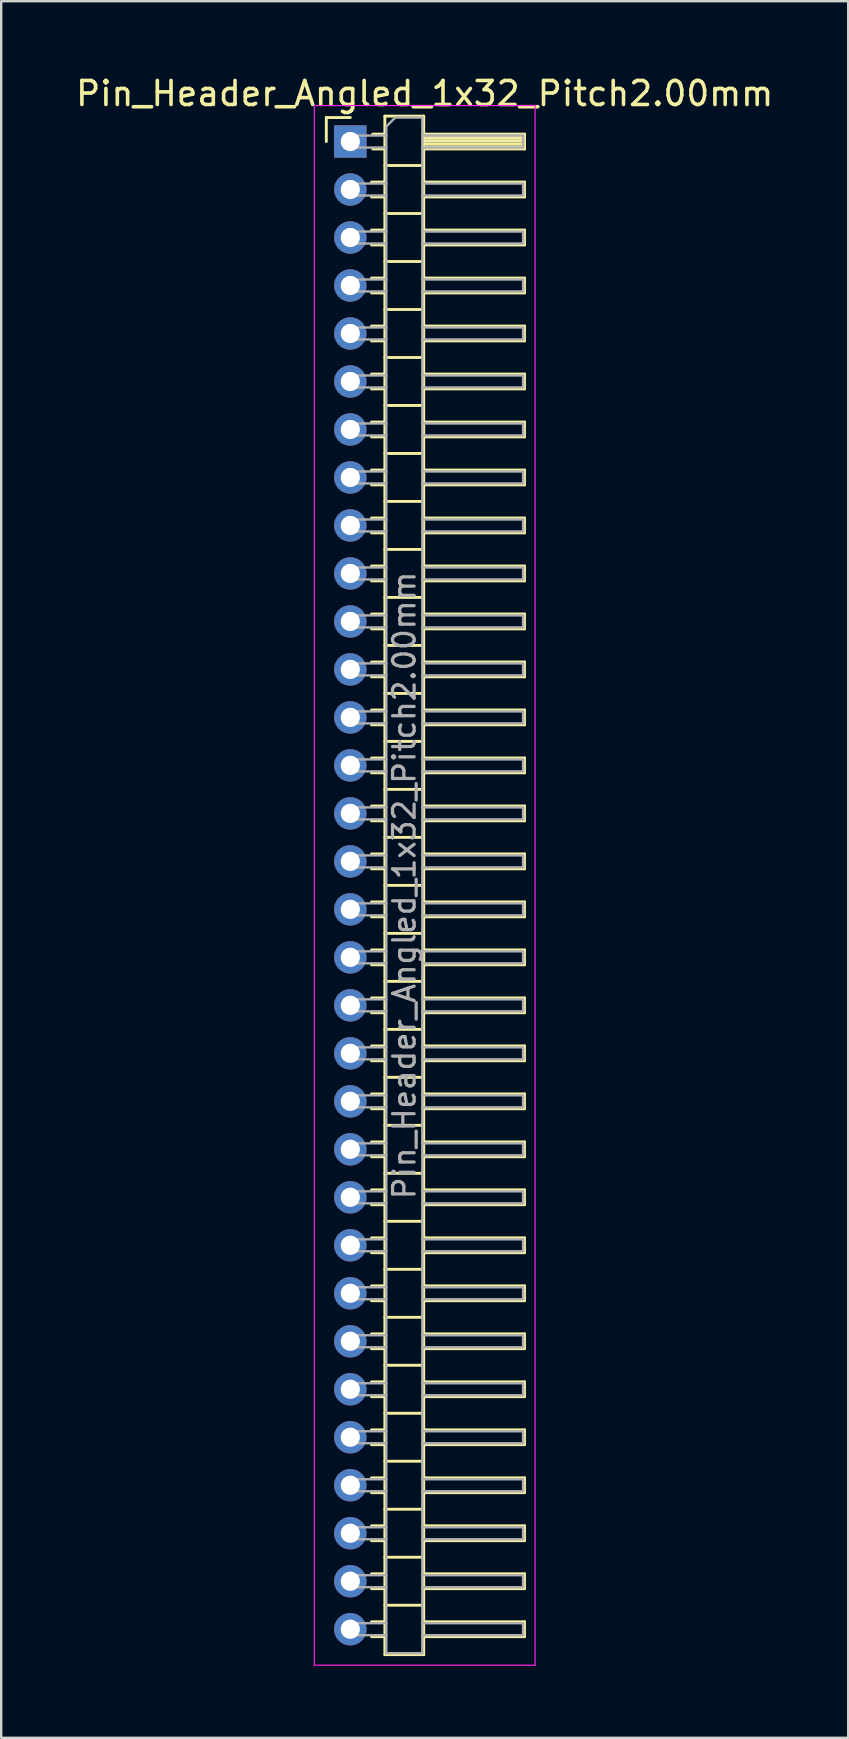
<source format=kicad_pcb>
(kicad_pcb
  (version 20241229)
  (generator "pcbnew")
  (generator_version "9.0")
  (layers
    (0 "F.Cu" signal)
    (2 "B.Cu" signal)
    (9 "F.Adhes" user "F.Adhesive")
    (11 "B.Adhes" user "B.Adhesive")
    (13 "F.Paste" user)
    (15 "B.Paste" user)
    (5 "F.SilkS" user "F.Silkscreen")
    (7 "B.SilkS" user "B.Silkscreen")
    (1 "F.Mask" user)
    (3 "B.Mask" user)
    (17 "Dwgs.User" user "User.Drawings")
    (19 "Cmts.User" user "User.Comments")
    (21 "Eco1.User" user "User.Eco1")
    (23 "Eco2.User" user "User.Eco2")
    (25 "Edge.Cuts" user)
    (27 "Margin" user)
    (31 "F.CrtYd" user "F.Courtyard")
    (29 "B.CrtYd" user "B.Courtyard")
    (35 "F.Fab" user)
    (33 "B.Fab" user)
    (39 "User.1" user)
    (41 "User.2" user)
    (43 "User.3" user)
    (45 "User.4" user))
  (footprint "Pin_Header_Angled_1x32_Pitch2.00mm"
    (layer "F.Cu")
    (at 11.549 2.848)
    (property "Reference" "Pin_Header_Angled_1x32_Pitch2.00mm" (at 3.1 -2 0) (layer "F.SilkS") (effects (font (size 1 1) (thickness 0.15))))
    (attr through_hole)
    (fp_line (start -1 -1) (end 0 -1) (stroke (width 0.12) (type solid)) (layer "F.SilkS"))
    (fp_line (start -1 0) (end -1 -1) (stroke (width 0.12) (type solid)) (layer "F.SilkS"))
    (fp_line (start 0.882 1.69) (end 1.44 1.69) (stroke (width 0.12) (type solid)) (layer "F.SilkS"))
    (fp_line (start 0.882 2.31) (end 1.44 2.31) (stroke (width 0.12) (type solid)) (layer "F.SilkS"))
    (fp_line (start 0.882 3.69) (end 1.44 3.69) (stroke (width 0.12) (type solid)) (layer "F.SilkS"))
    (fp_line (start 0.882 4.31) (end 1.44 4.31) (stroke (width 0.12) (type solid)) (layer "F.SilkS"))
    (fp_line (start 0.882 5.69) (end 1.44 5.69) (stroke (width 0.12) (type solid)) (layer "F.SilkS"))
    (fp_line (start 0.882 6.31) (end 1.44 6.31) (stroke (width 0.12) (type solid)) (layer "F.SilkS"))
    (fp_line (start 0.882 7.69) (end 1.44 7.69) (stroke (width 0.12) (type solid)) (layer "F.SilkS"))
    (fp_line (start 0.882 8.31) (end 1.44 8.31) (stroke (width 0.12) (type solid)) (layer "F.SilkS"))
    (fp_line (start 0.882 9.69) (end 1.44 9.69) (stroke (width 0.12) (type solid)) (layer "F.SilkS"))
    (fp_line (start 0.882 10.31) (end 1.44 10.31) (stroke (width 0.12) (type solid)) (layer "F.SilkS"))
    (fp_line (start 0.882 11.69) (end 1.44 11.69) (stroke (width 0.12) (type solid)) (layer "F.SilkS"))
    (fp_line (start 0.882 12.31) (end 1.44 12.31) (stroke (width 0.12) (type solid)) (layer "F.SilkS"))
    (fp_line (start 0.882 13.69) (end 1.44 13.69) (stroke (width 0.12) (type solid)) (layer "F.SilkS"))
    (fp_line (start 0.882 14.31) (end 1.44 14.31) (stroke (width 0.12) (type solid)) (layer "F.SilkS"))
    (fp_line (start 0.882 15.69) (end 1.44 15.69) (stroke (width 0.12) (type solid)) (layer "F.SilkS"))
    (fp_line (start 0.882 16.31) (end 1.44 16.31) (stroke (width 0.12) (type solid)) (layer "F.SilkS"))
    (fp_line (start 0.882 17.69) (end 1.44 17.69) (stroke (width 0.12) (type solid)) (layer "F.SilkS"))
    (fp_line (start 0.882 18.31) (end 1.44 18.31) (stroke (width 0.12) (type solid)) (layer "F.SilkS"))
    (fp_line (start 0.882 19.69) (end 1.44 19.69) (stroke (width 0.12) (type solid)) (layer "F.SilkS"))
    (fp_line (start 0.882 20.31) (end 1.44 20.31) (stroke (width 0.12) (type solid)) (layer "F.SilkS"))
    (fp_line (start 0.882 21.69) (end 1.44 21.69) (stroke (width 0.12) (type solid)) (layer "F.SilkS"))
    (fp_line (start 0.882 22.31) (end 1.44 22.31) (stroke (width 0.12) (type solid)) (layer "F.SilkS"))
    (fp_line (start 0.882 23.69) (end 1.44 23.69) (stroke (width 0.12) (type solid)) (layer "F.SilkS"))
    (fp_line (start 0.882 24.31) (end 1.44 24.31) (stroke (width 0.12) (type solid)) (layer "F.SilkS"))
    (fp_line (start 0.882 25.69) (end 1.44 25.69) (stroke (width 0.12) (type solid)) (layer "F.SilkS"))
    (fp_line (start 0.882 26.31) (end 1.44 26.31) (stroke (width 0.12) (type solid)) (layer "F.SilkS"))
    (fp_line (start 0.882 27.69) (end 1.44 27.69) (stroke (width 0.12) (type solid)) (layer "F.SilkS"))
    (fp_line (start 0.882 28.31) (end 1.44 28.31) (stroke (width 0.12) (type solid)) (layer "F.SilkS"))
    (fp_line (start 0.882 29.69) (end 1.44 29.69) (stroke (width 0.12) (type solid)) (layer "F.SilkS"))
    (fp_line (start 0.882 30.31) (end 1.44 30.31) (stroke (width 0.12) (type solid)) (layer "F.SilkS"))
    (fp_line (start 0.882 31.69) (end 1.44 31.69) (stroke (width 0.12) (type solid)) (layer "F.SilkS"))
    (fp_line (start 0.882 32.31) (end 1.44 32.31) (stroke (width 0.12) (type solid)) (layer "F.SilkS"))
    (fp_line (start 0.882 33.69) (end 1.44 33.69) (stroke (width 0.12) (type solid)) (layer "F.SilkS"))
    (fp_line (start 0.882 34.31) (end 1.44 34.31) (stroke (width 0.12) (type solid)) (layer "F.SilkS"))
    (fp_line (start 0.882 35.69) (end 1.44 35.69) (stroke (width 0.12) (type solid)) (layer "F.SilkS"))
    (fp_line (start 0.882 36.31) (end 1.44 36.31) (stroke (width 0.12) (type solid)) (layer "F.SilkS"))
    (fp_line (start 0.882 37.69) (end 1.44 37.69) (stroke (width 0.12) (type solid)) (layer "F.SilkS"))
    (fp_line (start 0.882 38.31) (end 1.44 38.31) (stroke (width 0.12) (type solid)) (layer "F.SilkS"))
    (fp_line (start 0.882 39.69) (end 1.44 39.69) (stroke (width 0.12) (type solid)) (layer "F.SilkS"))
    (fp_line (start 0.882 40.31) (end 1.44 40.31) (stroke (width 0.12) (type solid)) (layer "F.SilkS"))
    (fp_line (start 0.882 41.69) (end 1.44 41.69) (stroke (width 0.12) (type solid)) (layer "F.SilkS"))
    (fp_line (start 0.882 42.31) (end 1.44 42.31) (stroke (width 0.12) (type solid)) (layer "F.SilkS"))
    (fp_line (start 0.882 43.69) (end 1.44 43.69) (stroke (width 0.12) (type solid)) (layer "F.SilkS"))
    (fp_line (start 0.882 44.31) (end 1.44 44.31) (stroke (width 0.12) (type solid)) (layer "F.SilkS"))
    (fp_line (start 0.882 45.69) (end 1.44 45.69) (stroke (width 0.12) (type solid)) (layer "F.SilkS"))
    (fp_line (start 0.882 46.31) (end 1.44 46.31) (stroke (width 0.12) (type solid)) (layer "F.SilkS"))
    (fp_line (start 0.882 47.69) (end 1.44 47.69) (stroke (width 0.12) (type solid)) (layer "F.SilkS"))
    (fp_line (start 0.882 48.31) (end 1.44 48.31) (stroke (width 0.12) (type solid)) (layer "F.SilkS"))
    (fp_line (start 0.882 49.69) (end 1.44 49.69) (stroke (width 0.12) (type solid)) (layer "F.SilkS"))
    (fp_line (start 0.882 50.31) (end 1.44 50.31) (stroke (width 0.12) (type solid)) (layer "F.SilkS"))
    (fp_line (start 0.882 51.69) (end 1.44 51.69) (stroke (width 0.12) (type solid)) (layer "F.SilkS"))
    (fp_line (start 0.882 52.31) (end 1.44 52.31) (stroke (width 0.12) (type solid)) (layer "F.SilkS"))
    (fp_line (start 0.882 53.69) (end 1.44 53.69) (stroke (width 0.12) (type solid)) (layer "F.SilkS"))
    (fp_line (start 0.882 54.31) (end 1.44 54.31) (stroke (width 0.12) (type solid)) (layer "F.SilkS"))
    (fp_line (start 0.882 55.69) (end 1.44 55.69) (stroke (width 0.12) (type solid)) (layer "F.SilkS"))
    (fp_line (start 0.882 56.31) (end 1.44 56.31) (stroke (width 0.12) (type solid)) (layer "F.SilkS"))
    (fp_line (start 0.882 57.69) (end 1.44 57.69) (stroke (width 0.12) (type solid)) (layer "F.SilkS"))
    (fp_line (start 0.882 58.31) (end 1.44 58.31) (stroke (width 0.12) (type solid)) (layer "F.SilkS"))
    (fp_line (start 0.882 59.69) (end 1.44 59.69) (stroke (width 0.12) (type solid)) (layer "F.SilkS"))
    (fp_line (start 0.882 60.31) (end 1.44 60.31) (stroke (width 0.12) (type solid)) (layer "F.SilkS"))
    (fp_line (start 0.882 61.69) (end 1.44 61.69) (stroke (width 0.12) (type solid)) (layer "F.SilkS"))
    (fp_line (start 0.882 62.31) (end 1.44 62.31) (stroke (width 0.12) (type solid)) (layer "F.SilkS"))
    (fp_line (start 0.935 -0.31) (end 1.44 -0.31) (stroke (width 0.12) (type solid)) (layer "F.SilkS"))
    (fp_line (start 0.935 0.31) (end 1.44 0.31) (stroke (width 0.12) (type solid)) (layer "F.SilkS"))
    (fp_line (start 1.44 -1.06) (end 1.44 63.06) (stroke (width 0.12) (type solid)) (layer "F.SilkS"))
    (fp_line (start 1.44 1) (end 3.06 1) (stroke (width 0.12) (type solid)) (layer "F.SilkS"))
    (fp_line (start 1.44 3) (end 3.06 3) (stroke (width 0.12) (type solid)) (layer "F.SilkS"))
    (fp_line (start 1.44 5) (end 3.06 5) (stroke (width 0.12) (type solid)) (layer "F.SilkS"))
    (fp_line (start 1.44 7) (end 3.06 7) (stroke (width 0.12) (type solid)) (layer "F.SilkS"))
    (fp_line (start 1.44 9) (end 3.06 9) (stroke (width 0.12) (type solid)) (layer "F.SilkS"))
    (fp_line (start 1.44 11) (end 3.06 11) (stroke (width 0.12) (type solid)) (layer "F.SilkS"))
    (fp_line (start 1.44 13) (end 3.06 13) (stroke (width 0.12) (type solid)) (layer "F.SilkS"))
    (fp_line (start 1.44 15) (end 3.06 15) (stroke (width 0.12) (type solid)) (layer "F.SilkS"))
    (fp_line (start 1.44 17) (end 3.06 17) (stroke (width 0.12) (type solid)) (layer "F.SilkS"))
    (fp_line (start 1.44 19) (end 3.06 19) (stroke (width 0.12) (type solid)) (layer "F.SilkS"))
    (fp_line (start 1.44 21) (end 3.06 21) (stroke (width 0.12) (type solid)) (layer "F.SilkS"))
    (fp_line (start 1.44 23) (end 3.06 23) (stroke (width 0.12) (type solid)) (layer "F.SilkS"))
    (fp_line (start 1.44 25) (end 3.06 25) (stroke (width 0.12) (type solid)) (layer "F.SilkS"))
    (fp_line (start 1.44 27) (end 3.06 27) (stroke (width 0.12) (type solid)) (layer "F.SilkS"))
    (fp_line (start 1.44 29) (end 3.06 29) (stroke (width 0.12) (type solid)) (layer "F.SilkS"))
    (fp_line (start 1.44 31) (end 3.06 31) (stroke (width 0.12) (type solid)) (layer "F.SilkS"))
    (fp_line (start 1.44 33) (end 3.06 33) (stroke (width 0.12) (type solid)) (layer "F.SilkS"))
    (fp_line (start 1.44 35) (end 3.06 35) (stroke (width 0.12) (type solid)) (layer "F.SilkS"))
    (fp_line (start 1.44 37) (end 3.06 37) (stroke (width 0.12) (type solid)) (layer "F.SilkS"))
    (fp_line (start 1.44 39) (end 3.06 39) (stroke (width 0.12) (type solid)) (layer "F.SilkS"))
    (fp_line (start 1.44 41) (end 3.06 41) (stroke (width 0.12) (type solid)) (layer "F.SilkS"))
    (fp_line (start 1.44 43) (end 3.06 43) (stroke (width 0.12) (type solid)) (layer "F.SilkS"))
    (fp_line (start 1.44 45) (end 3.06 45) (stroke (width 0.12) (type solid)) (layer "F.SilkS"))
    (fp_line (start 1.44 47) (end 3.06 47) (stroke (width 0.12) (type solid)) (layer "F.SilkS"))
    (fp_line (start 1.44 49) (end 3.06 49) (stroke (width 0.12) (type solid)) (layer "F.SilkS"))
    (fp_line (start 1.44 51) (end 3.06 51) (stroke (width 0.12) (type solid)) (layer "F.SilkS"))
    (fp_line (start 1.44 53) (end 3.06 53) (stroke (width 0.12) (type solid)) (layer "F.SilkS"))
    (fp_line (start 1.44 55) (end 3.06 55) (stroke (width 0.12) (type solid)) (layer "F.SilkS"))
    (fp_line (start 1.44 57) (end 3.06 57) (stroke (width 0.12) (type solid)) (layer "F.SilkS"))
    (fp_line (start 1.44 59) (end 3.06 59) (stroke (width 0.12) (type solid)) (layer "F.SilkS"))
    (fp_line (start 1.44 61) (end 3.06 61) (stroke (width 0.12) (type solid)) (layer "F.SilkS"))
    (fp_line (start 1.44 63.06) (end 3.06 63.06) (stroke (width 0.12) (type solid)) (layer "F.SilkS"))
    (fp_line (start 3.06 -1.06) (end 1.44 -1.06) (stroke (width 0.12) (type solid)) (layer "F.SilkS"))
    (fp_line (start 3.06 -0.31) (end 7.26 -0.31) (stroke (width 0.12) (type solid)) (layer "F.SilkS"))
    (fp_line (start 3.06 -0.25) (end 7.26 -0.25) (stroke (width 0.12) (type solid)) (layer "F.SilkS"))
    (fp_line (start 3.06 -0.13) (end 7.26 -0.13) (stroke (width 0.12) (type solid)) (layer "F.SilkS"))
    (fp_line (start 3.06 -0.01) (end 7.26 -0.01) (stroke (width 0.12) (type solid)) (layer "F.SilkS"))
    (fp_line (start 3.06 0.11) (end 7.26 0.11) (stroke (width 0.12) (type solid)) (layer "F.SilkS"))
    (fp_line (start 3.06 0.23) (end 7.26 0.23) (stroke (width 0.12) (type solid)) (layer "F.SilkS"))
    (fp_line (start 3.06 1.69) (end 7.26 1.69) (stroke (width 0.12) (type solid)) (layer "F.SilkS"))
    (fp_line (start 3.06 3.69) (end 7.26 3.69) (stroke (width 0.12) (type solid)) (layer "F.SilkS"))
    (fp_line (start 3.06 5.69) (end 7.26 5.69) (stroke (width 0.12) (type solid)) (layer "F.SilkS"))
    (fp_line (start 3.06 7.69) (end 7.26 7.69) (stroke (width 0.12) (type solid)) (layer "F.SilkS"))
    (fp_line (start 3.06 9.69) (end 7.26 9.69) (stroke (width 0.12) (type solid)) (layer "F.SilkS"))
    (fp_line (start 3.06 11.69) (end 7.26 11.69) (stroke (width 0.12) (type solid)) (layer "F.SilkS"))
    (fp_line (start 3.06 13.69) (end 7.26 13.69) (stroke (width 0.12) (type solid)) (layer "F.SilkS"))
    (fp_line (start 3.06 15.69) (end 7.26 15.69) (stroke (width 0.12) (type solid)) (layer "F.SilkS"))
    (fp_line (start 3.06 17.69) (end 7.26 17.69) (stroke (width 0.12) (type solid)) (layer "F.SilkS"))
    (fp_line (start 3.06 19.69) (end 7.26 19.69) (stroke (width 0.12) (type solid)) (layer "F.SilkS"))
    (fp_line (start 3.06 21.69) (end 7.26 21.69) (stroke (width 0.12) (type solid)) (layer "F.SilkS"))
    (fp_line (start 3.06 23.69) (end 7.26 23.69) (stroke (width 0.12) (type solid)) (layer "F.SilkS"))
    (fp_line (start 3.06 25.69) (end 7.26 25.69) (stroke (width 0.12) (type solid)) (layer "F.SilkS"))
    (fp_line (start 3.06 27.69) (end 7.26 27.69) (stroke (width 0.12) (type solid)) (layer "F.SilkS"))
    (fp_line (start 3.06 29.69) (end 7.26 29.69) (stroke (width 0.12) (type solid)) (layer "F.SilkS"))
    (fp_line (start 3.06 31.69) (end 7.26 31.69) (stroke (width 0.12) (type solid)) (layer "F.SilkS"))
    (fp_line (start 3.06 33.69) (end 7.26 33.69) (stroke (width 0.12) (type solid)) (layer "F.SilkS"))
    (fp_line (start 3.06 35.69) (end 7.26 35.69) (stroke (width 0.12) (type solid)) (layer "F.SilkS"))
    (fp_line (start 3.06 37.69) (end 7.26 37.69) (stroke (width 0.12) (type solid)) (layer "F.SilkS"))
    (fp_line (start 3.06 39.69) (end 7.26 39.69) (stroke (width 0.12) (type solid)) (layer "F.SilkS"))
    (fp_line (start 3.06 41.69) (end 7.26 41.69) (stroke (width 0.12) (type solid)) (layer "F.SilkS"))
    (fp_line (start 3.06 43.69) (end 7.26 43.69) (stroke (width 0.12) (type solid)) (layer "F.SilkS"))
    (fp_line (start 3.06 45.69) (end 7.26 45.69) (stroke (width 0.12) (type solid)) (layer "F.SilkS"))
    (fp_line (start 3.06 47.69) (end 7.26 47.69) (stroke (width 0.12) (type solid)) (layer "F.SilkS"))
    (fp_line (start 3.06 49.69) (end 7.26 49.69) (stroke (width 0.12) (type solid)) (layer "F.SilkS"))
    (fp_line (start 3.06 51.69) (end 7.26 51.69) (stroke (width 0.12) (type solid)) (layer "F.SilkS"))
    (fp_line (start 3.06 53.69) (end 7.26 53.69) (stroke (width 0.12) (type solid)) (layer "F.SilkS"))
    (fp_line (start 3.06 55.69) (end 7.26 55.69) (stroke (width 0.12) (type solid)) (layer "F.SilkS"))
    (fp_line (start 3.06 57.69) (end 7.26 57.69) (stroke (width 0.12) (type solid)) (layer "F.SilkS"))
    (fp_line (start 3.06 59.69) (end 7.26 59.69) (stroke (width 0.12) (type solid)) (layer "F.SilkS"))
    (fp_line (start 3.06 61.69) (end 7.26 61.69) (stroke (width 0.12) (type solid)) (layer "F.SilkS"))
    (fp_line (start 3.06 63.06) (end 3.06 -1.06) (stroke (width 0.12) (type solid)) (layer "F.SilkS"))
    (fp_line (start 7.26 -0.31) (end 7.26 0.31) (stroke (width 0.12) (type solid)) (layer "F.SilkS"))
    (fp_line (start 7.26 0.31) (end 3.06 0.31) (stroke (width 0.12) (type solid)) (layer "F.SilkS"))
    (fp_line (start 7.26 1.69) (end 7.26 2.31) (stroke (width 0.12) (type solid)) (layer "F.SilkS"))
    (fp_line (start 7.26 2.31) (end 3.06 2.31) (stroke (width 0.12) (type solid)) (layer "F.SilkS"))
    (fp_line (start 7.26 3.69) (end 7.26 4.31) (stroke (width 0.12) (type solid)) (layer "F.SilkS"))
    (fp_line (start 7.26 4.31) (end 3.06 4.31) (stroke (width 0.12) (type solid)) (layer "F.SilkS"))
    (fp_line (start 7.26 5.69) (end 7.26 6.31) (stroke (width 0.12) (type solid)) (layer "F.SilkS"))
    (fp_line (start 7.26 6.31) (end 3.06 6.31) (stroke (width 0.12) (type solid)) (layer "F.SilkS"))
    (fp_line (start 7.26 7.69) (end 7.26 8.31) (stroke (width 0.12) (type solid)) (layer "F.SilkS"))
    (fp_line (start 7.26 8.31) (end 3.06 8.31) (stroke (width 0.12) (type solid)) (layer "F.SilkS"))
    (fp_line (start 7.26 9.69) (end 7.26 10.31) (stroke (width 0.12) (type solid)) (layer "F.SilkS"))
    (fp_line (start 7.26 10.31) (end 3.06 10.31) (stroke (width 0.12) (type solid)) (layer "F.SilkS"))
    (fp_line (start 7.26 11.69) (end 7.26 12.31) (stroke (width 0.12) (type solid)) (layer "F.SilkS"))
    (fp_line (start 7.26 12.31) (end 3.06 12.31) (stroke (width 0.12) (type solid)) (layer "F.SilkS"))
    (fp_line (start 7.26 13.69) (end 7.26 14.31) (stroke (width 0.12) (type solid)) (layer "F.SilkS"))
    (fp_line (start 7.26 14.31) (end 3.06 14.31) (stroke (width 0.12) (type solid)) (layer "F.SilkS"))
    (fp_line (start 7.26 15.69) (end 7.26 16.31) (stroke (width 0.12) (type solid)) (layer "F.SilkS"))
    (fp_line (start 7.26 16.31) (end 3.06 16.31) (stroke (width 0.12) (type solid)) (layer "F.SilkS"))
    (fp_line (start 7.26 17.69) (end 7.26 18.31) (stroke (width 0.12) (type solid)) (layer "F.SilkS"))
    (fp_line (start 7.26 18.31) (end 3.06 18.31) (stroke (width 0.12) (type solid)) (layer "F.SilkS"))
    (fp_line (start 7.26 19.69) (end 7.26 20.31) (stroke (width 0.12) (type solid)) (layer "F.SilkS"))
    (fp_line (start 7.26 20.31) (end 3.06 20.31) (stroke (width 0.12) (type solid)) (layer "F.SilkS"))
    (fp_line (start 7.26 21.69) (end 7.26 22.31) (stroke (width 0.12) (type solid)) (layer "F.SilkS"))
    (fp_line (start 7.26 22.31) (end 3.06 22.31) (stroke (width 0.12) (type solid)) (layer "F.SilkS"))
    (fp_line (start 7.26 23.69) (end 7.26 24.31) (stroke (width 0.12) (type solid)) (layer "F.SilkS"))
    (fp_line (start 7.26 24.31) (end 3.06 24.31) (stroke (width 0.12) (type solid)) (layer "F.SilkS"))
    (fp_line (start 7.26 25.69) (end 7.26 26.31) (stroke (width 0.12) (type solid)) (layer "F.SilkS"))
    (fp_line (start 7.26 26.31) (end 3.06 26.31) (stroke (width 0.12) (type solid)) (layer "F.SilkS"))
    (fp_line (start 7.26 27.69) (end 7.26 28.31) (stroke (width 0.12) (type solid)) (layer "F.SilkS"))
    (fp_line (start 7.26 28.31) (end 3.06 28.31) (stroke (width 0.12) (type solid)) (layer "F.SilkS"))
    (fp_line (start 7.26 29.69) (end 7.26 30.31) (stroke (width 0.12) (type solid)) (layer "F.SilkS"))
    (fp_line (start 7.26 30.31) (end 3.06 30.31) (stroke (width 0.12) (type solid)) (layer "F.SilkS"))
    (fp_line (start 7.26 31.69) (end 7.26 32.31) (stroke (width 0.12) (type solid)) (layer "F.SilkS"))
    (fp_line (start 7.26 32.31) (end 3.06 32.31) (stroke (width 0.12) (type solid)) (layer "F.SilkS"))
    (fp_line (start 7.26 33.69) (end 7.26 34.31) (stroke (width 0.12) (type solid)) (layer "F.SilkS"))
    (fp_line (start 7.26 34.31) (end 3.06 34.31) (stroke (width 0.12) (type solid)) (layer "F.SilkS"))
    (fp_line (start 7.26 35.69) (end 7.26 36.31) (stroke (width 0.12) (type solid)) (layer "F.SilkS"))
    (fp_line (start 7.26 36.31) (end 3.06 36.31) (stroke (width 0.12) (type solid)) (layer "F.SilkS"))
    (fp_line (start 7.26 37.69) (end 7.26 38.31) (stroke (width 0.12) (type solid)) (layer "F.SilkS"))
    (fp_line (start 7.26 38.31) (end 3.06 38.31) (stroke (width 0.12) (type solid)) (layer "F.SilkS"))
    (fp_line (start 7.26 39.69) (end 7.26 40.31) (stroke (width 0.12) (type solid)) (layer "F.SilkS"))
    (fp_line (start 7.26 40.31) (end 3.06 40.31) (stroke (width 0.12) (type solid)) (layer "F.SilkS"))
    (fp_line (start 7.26 41.69) (end 7.26 42.31) (stroke (width 0.12) (type solid)) (layer "F.SilkS"))
    (fp_line (start 7.26 42.31) (end 3.06 42.31) (stroke (width 0.12) (type solid)) (layer "F.SilkS"))
    (fp_line (start 7.26 43.69) (end 7.26 44.31) (stroke (width 0.12) (type solid)) (layer "F.SilkS"))
    (fp_line (start 7.26 44.31) (end 3.06 44.31) (stroke (width 0.12) (type solid)) (layer "F.SilkS"))
    (fp_line (start 7.26 45.69) (end 7.26 46.31) (stroke (width 0.12) (type solid)) (layer "F.SilkS"))
    (fp_line (start 7.26 46.31) (end 3.06 46.31) (stroke (width 0.12) (type solid)) (layer "F.SilkS"))
    (fp_line (start 7.26 47.69) (end 7.26 48.31) (stroke (width 0.12) (type solid)) (layer "F.SilkS"))
    (fp_line (start 7.26 48.31) (end 3.06 48.31) (stroke (width 0.12) (type solid)) (layer "F.SilkS"))
    (fp_line (start 7.26 49.69) (end 7.26 50.31) (stroke (width 0.12) (type solid)) (layer "F.SilkS"))
    (fp_line (start 7.26 50.31) (end 3.06 50.31) (stroke (width 0.12) (type solid)) (layer "F.SilkS"))
    (fp_line (start 7.26 51.69) (end 7.26 52.31) (stroke (width 0.12) (type solid)) (layer "F.SilkS"))
    (fp_line (start 7.26 52.31) (end 3.06 52.31) (stroke (width 0.12) (type solid)) (layer "F.SilkS"))
    (fp_line (start 7.26 53.69) (end 7.26 54.31) (stroke (width 0.12) (type solid)) (layer "F.SilkS"))
    (fp_line (start 7.26 54.31) (end 3.06 54.31) (stroke (width 0.12) (type solid)) (layer "F.SilkS"))
    (fp_line (start 7.26 55.69) (end 7.26 56.31) (stroke (width 0.12) (type solid)) (layer "F.SilkS"))
    (fp_line (start 7.26 56.31) (end 3.06 56.31) (stroke (width 0.12) (type solid)) (layer "F.SilkS"))
    (fp_line (start 7.26 57.69) (end 7.26 58.31) (stroke (width 0.12) (type solid)) (layer "F.SilkS"))
    (fp_line (start 7.26 58.31) (end 3.06 58.31) (stroke (width 0.12) (type solid)) (layer "F.SilkS"))
    (fp_line (start 7.26 59.69) (end 7.26 60.31) (stroke (width 0.12) (type solid)) (layer "F.SilkS"))
    (fp_line (start 7.26 60.31) (end 3.06 60.31) (stroke (width 0.12) (type solid)) (layer "F.SilkS"))
    (fp_line (start 7.26 61.69) (end 7.26 62.31) (stroke (width 0.12) (type solid)) (layer "F.SilkS"))
    (fp_line (start 7.26 62.31) (end 3.06 62.31) (stroke (width 0.12) (type solid)) (layer "F.SilkS"))
    (fp_line (start -1.5 -1.5) (end -1.5 63.5) (stroke (width 0.05) (type solid)) (layer "F.CrtYd"))
    (fp_line (start -1.5 63.5) (end 7.7 63.5) (stroke (width 0.05) (type solid)) (layer "F.CrtYd"))
    (fp_line (start 7.7 -1.5) (end -1.5 -1.5) (stroke (width 0.05) (type solid)) (layer "F.CrtYd"))
    (fp_line (start 7.7 63.5) (end 7.7 -1.5) (stroke (width 0.05) (type solid)) (layer "F.CrtYd"))
    (fp_line (start -0.25 -0.25) (end -0.25 0.25) (stroke (width 0.1) (type solid)) (layer "F.Fab"))
    (fp_line (start -0.25 -0.25) (end 1.5 -0.25) (stroke (width 0.1) (type solid)) (layer "F.Fab"))
    (fp_line (start -0.25 0.25) (end 1.5 0.25) (stroke (width 0.1) (type solid)) (layer "F.Fab"))
    (fp_line (start -0.25 1.75) (end -0.25 2.25) (stroke (width 0.1) (type solid)) (layer "F.Fab"))
    (fp_line (start -0.25 1.75) (end 1.5 1.75) (stroke (width 0.1) (type solid)) (layer "F.Fab"))
    (fp_line (start -0.25 2.25) (end 1.5 2.25) (stroke (width 0.1) (type solid)) (layer "F.Fab"))
    (fp_line (start -0.25 3.75) (end -0.25 4.25) (stroke (width 0.1) (type solid)) (layer "F.Fab"))
    (fp_line (start -0.25 3.75) (end 1.5 3.75) (stroke (width 0.1) (type solid)) (layer "F.Fab"))
    (fp_line (start -0.25 4.25) (end 1.5 4.25) (stroke (width 0.1) (type solid)) (layer "F.Fab"))
    (fp_line (start -0.25 5.75) (end -0.25 6.25) (stroke (width 0.1) (type solid)) (layer "F.Fab"))
    (fp_line (start -0.25 5.75) (end 1.5 5.75) (stroke (width 0.1) (type solid)) (layer "F.Fab"))
    (fp_line (start -0.25 6.25) (end 1.5 6.25) (stroke (width 0.1) (type solid)) (layer "F.Fab"))
    (fp_line (start -0.25 7.75) (end -0.25 8.25) (stroke (width 0.1) (type solid)) (layer "F.Fab"))
    (fp_line (start -0.25 7.75) (end 1.5 7.75) (stroke (width 0.1) (type solid)) (layer "F.Fab"))
    (fp_line (start -0.25 8.25) (end 1.5 8.25) (stroke (width 0.1) (type solid)) (layer "F.Fab"))
    (fp_line (start -0.25 9.75) (end -0.25 10.25) (stroke (width 0.1) (type solid)) (layer "F.Fab"))
    (fp_line (start -0.25 9.75) (end 1.5 9.75) (stroke (width 0.1) (type solid)) (layer "F.Fab"))
    (fp_line (start -0.25 10.25) (end 1.5 10.25) (stroke (width 0.1) (type solid)) (layer "F.Fab"))
    (fp_line (start -0.25 11.75) (end -0.25 12.25) (stroke (width 0.1) (type solid)) (layer "F.Fab"))
    (fp_line (start -0.25 11.75) (end 1.5 11.75) (stroke (width 0.1) (type solid)) (layer "F.Fab"))
    (fp_line (start -0.25 12.25) (end 1.5 12.25) (stroke (width 0.1) (type solid)) (layer "F.Fab"))
    (fp_line (start -0.25 13.75) (end -0.25 14.25) (stroke (width 0.1) (type solid)) (layer "F.Fab"))
    (fp_line (start -0.25 13.75) (end 1.5 13.75) (stroke (width 0.1) (type solid)) (layer "F.Fab"))
    (fp_line (start -0.25 14.25) (end 1.5 14.25) (stroke (width 0.1) (type solid)) (layer "F.Fab"))
    (fp_line (start -0.25 15.75) (end -0.25 16.25) (stroke (width 0.1) (type solid)) (layer "F.Fab"))
    (fp_line (start -0.25 15.75) (end 1.5 15.75) (stroke (width 0.1) (type solid)) (layer "F.Fab"))
    (fp_line (start -0.25 16.25) (end 1.5 16.25) (stroke (width 0.1) (type solid)) (layer "F.Fab"))
    (fp_line (start -0.25 17.75) (end -0.25 18.25) (stroke (width 0.1) (type solid)) (layer "F.Fab"))
    (fp_line (start -0.25 17.75) (end 1.5 17.75) (stroke (width 0.1) (type solid)) (layer "F.Fab"))
    (fp_line (start -0.25 18.25) (end 1.5 18.25) (stroke (width 0.1) (type solid)) (layer "F.Fab"))
    (fp_line (start -0.25 19.75) (end -0.25 20.25) (stroke (width 0.1) (type solid)) (layer "F.Fab"))
    (fp_line (start -0.25 19.75) (end 1.5 19.75) (stroke (width 0.1) (type solid)) (layer "F.Fab"))
    (fp_line (start -0.25 20.25) (end 1.5 20.25) (stroke (width 0.1) (type solid)) (layer "F.Fab"))
    (fp_line (start -0.25 21.75) (end -0.25 22.25) (stroke (width 0.1) (type solid)) (layer "F.Fab"))
    (fp_line (start -0.25 21.75) (end 1.5 21.75) (stroke (width 0.1) (type solid)) (layer "F.Fab"))
    (fp_line (start -0.25 22.25) (end 1.5 22.25) (stroke (width 0.1) (type solid)) (layer "F.Fab"))
    (fp_line (start -0.25 23.75) (end -0.25 24.25) (stroke (width 0.1) (type solid)) (layer "F.Fab"))
    (fp_line (start -0.25 23.75) (end 1.5 23.75) (stroke (width 0.1) (type solid)) (layer "F.Fab"))
    (fp_line (start -0.25 24.25) (end 1.5 24.25) (stroke (width 0.1) (type solid)) (layer "F.Fab"))
    (fp_line (start -0.25 25.75) (end -0.25 26.25) (stroke (width 0.1) (type solid)) (layer "F.Fab"))
    (fp_line (start -0.25 25.75) (end 1.5 25.75) (stroke (width 0.1) (type solid)) (layer "F.Fab"))
    (fp_line (start -0.25 26.25) (end 1.5 26.25) (stroke (width 0.1) (type solid)) (layer "F.Fab"))
    (fp_line (start -0.25 27.75) (end -0.25 28.25) (stroke (width 0.1) (type solid)) (layer "F.Fab"))
    (fp_line (start -0.25 27.75) (end 1.5 27.75) (stroke (width 0.1) (type solid)) (layer "F.Fab"))
    (fp_line (start -0.25 28.25) (end 1.5 28.25) (stroke (width 0.1) (type solid)) (layer "F.Fab"))
    (fp_line (start -0.25 29.75) (end -0.25 30.25) (stroke (width 0.1) (type solid)) (layer "F.Fab"))
    (fp_line (start -0.25 29.75) (end 1.5 29.75) (stroke (width 0.1) (type solid)) (layer "F.Fab"))
    (fp_line (start -0.25 30.25) (end 1.5 30.25) (stroke (width 0.1) (type solid)) (layer "F.Fab"))
    (fp_line (start -0.25 31.75) (end -0.25 32.25) (stroke (width 0.1) (type solid)) (layer "F.Fab"))
    (fp_line (start -0.25 31.75) (end 1.5 31.75) (stroke (width 0.1) (type solid)) (layer "F.Fab"))
    (fp_line (start -0.25 32.25) (end 1.5 32.25) (stroke (width 0.1) (type solid)) (layer "F.Fab"))
    (fp_line (start -0.25 33.75) (end -0.25 34.25) (stroke (width 0.1) (type solid)) (layer "F.Fab"))
    (fp_line (start -0.25 33.75) (end 1.5 33.75) (stroke (width 0.1) (type solid)) (layer "F.Fab"))
    (fp_line (start -0.25 34.25) (end 1.5 34.25) (stroke (width 0.1) (type solid)) (layer "F.Fab"))
    (fp_line (start -0.25 35.75) (end -0.25 36.25) (stroke (width 0.1) (type solid)) (layer "F.Fab"))
    (fp_line (start -0.25 35.75) (end 1.5 35.75) (stroke (width 0.1) (type solid)) (layer "F.Fab"))
    (fp_line (start -0.25 36.25) (end 1.5 36.25) (stroke (width 0.1) (type solid)) (layer "F.Fab"))
    (fp_line (start -0.25 37.75) (end -0.25 38.25) (stroke (width 0.1) (type solid)) (layer "F.Fab"))
    (fp_line (start -0.25 37.75) (end 1.5 37.75) (stroke (width 0.1) (type solid)) (layer "F.Fab"))
    (fp_line (start -0.25 38.25) (end 1.5 38.25) (stroke (width 0.1) (type solid)) (layer "F.Fab"))
    (fp_line (start -0.25 39.75) (end -0.25 40.25) (stroke (width 0.1) (type solid)) (layer "F.Fab"))
    (fp_line (start -0.25 39.75) (end 1.5 39.75) (stroke (width 0.1) (type solid)) (layer "F.Fab"))
    (fp_line (start -0.25 40.25) (end 1.5 40.25) (stroke (width 0.1) (type solid)) (layer "F.Fab"))
    (fp_line (start -0.25 41.75) (end -0.25 42.25) (stroke (width 0.1) (type solid)) (layer "F.Fab"))
    (fp_line (start -0.25 41.75) (end 1.5 41.75) (stroke (width 0.1) (type solid)) (layer "F.Fab"))
    (fp_line (start -0.25 42.25) (end 1.5 42.25) (stroke (width 0.1) (type solid)) (layer "F.Fab"))
    (fp_line (start -0.25 43.75) (end -0.25 44.25) (stroke (width 0.1) (type solid)) (layer "F.Fab"))
    (fp_line (start -0.25 43.75) (end 1.5 43.75) (stroke (width 0.1) (type solid)) (layer "F.Fab"))
    (fp_line (start -0.25 44.25) (end 1.5 44.25) (stroke (width 0.1) (type solid)) (layer "F.Fab"))
    (fp_line (start -0.25 45.75) (end -0.25 46.25) (stroke (width 0.1) (type solid)) (layer "F.Fab"))
    (fp_line (start -0.25 45.75) (end 1.5 45.75) (stroke (width 0.1) (type solid)) (layer "F.Fab"))
    (fp_line (start -0.25 46.25) (end 1.5 46.25) (stroke (width 0.1) (type solid)) (layer "F.Fab"))
    (fp_line (start -0.25 47.75) (end -0.25 48.25) (stroke (width 0.1) (type solid)) (layer "F.Fab"))
    (fp_line (start -0.25 47.75) (end 1.5 47.75) (stroke (width 0.1) (type solid)) (layer "F.Fab"))
    (fp_line (start -0.25 48.25) (end 1.5 48.25) (stroke (width 0.1) (type solid)) (layer "F.Fab"))
    (fp_line (start -0.25 49.75) (end -0.25 50.25) (stroke (width 0.1) (type solid)) (layer "F.Fab"))
    (fp_line (start -0.25 49.75) (end 1.5 49.75) (stroke (width 0.1) (type solid)) (layer "F.Fab"))
    (fp_line (start -0.25 50.25) (end 1.5 50.25) (stroke (width 0.1) (type solid)) (layer "F.Fab"))
    (fp_line (start -0.25 51.75) (end -0.25 52.25) (stroke (width 0.1) (type solid)) (layer "F.Fab"))
    (fp_line (start -0.25 51.75) (end 1.5 51.75) (stroke (width 0.1) (type solid)) (layer "F.Fab"))
    (fp_line (start -0.25 52.25) (end 1.5 52.25) (stroke (width 0.1) (type solid)) (layer "F.Fab"))
    (fp_line (start -0.25 53.75) (end -0.25 54.25) (stroke (width 0.1) (type solid)) (layer "F.Fab"))
    (fp_line (start -0.25 53.75) (end 1.5 53.75) (stroke (width 0.1) (type solid)) (layer "F.Fab"))
    (fp_line (start -0.25 54.25) (end 1.5 54.25) (stroke (width 0.1) (type solid)) (layer "F.Fab"))
    (fp_line (start -0.25 55.75) (end -0.25 56.25) (stroke (width 0.1) (type solid)) (layer "F.Fab"))
    (fp_line (start -0.25 55.75) (end 1.5 55.75) (stroke (width 0.1) (type solid)) (layer "F.Fab"))
    (fp_line (start -0.25 56.25) (end 1.5 56.25) (stroke (width 0.1) (type solid)) (layer "F.Fab"))
    (fp_line (start -0.25 57.75) (end -0.25 58.25) (stroke (width 0.1) (type solid)) (layer "F.Fab"))
    (fp_line (start -0.25 57.75) (end 1.5 57.75) (stroke (width 0.1) (type solid)) (layer "F.Fab"))
    (fp_line (start -0.25 58.25) (end 1.5 58.25) (stroke (width 0.1) (type solid)) (layer "F.Fab"))
    (fp_line (start -0.25 59.75) (end -0.25 60.25) (stroke (width 0.1) (type solid)) (layer "F.Fab"))
    (fp_line (start -0.25 59.75) (end 1.5 59.75) (stroke (width 0.1) (type solid)) (layer "F.Fab"))
    (fp_line (start -0.25 60.25) (end 1.5 60.25) (stroke (width 0.1) (type solid)) (layer "F.Fab"))
    (fp_line (start -0.25 61.75) (end -0.25 62.25) (stroke (width 0.1) (type solid)) (layer "F.Fab"))
    (fp_line (start -0.25 61.75) (end 1.5 61.75) (stroke (width 0.1) (type solid)) (layer "F.Fab"))
    (fp_line (start -0.25 62.25) (end 1.5 62.25) (stroke (width 0.1) (type solid)) (layer "F.Fab"))
    (fp_line (start 1.5 -0.625) (end 1.875 -1) (stroke (width 0.1) (type solid)) (layer "F.Fab"))
    (fp_line (start 1.5 63) (end 1.5 -0.625) (stroke (width 0.1) (type solid)) (layer "F.Fab"))
    (fp_line (start 1.875 -1) (end 3 -1) (stroke (width 0.1) (type solid)) (layer "F.Fab"))
    (fp_line (start 3 -1) (end 3 63) (stroke (width 0.1) (type solid)) (layer "F.Fab"))
    (fp_line (start 3 -0.25) (end 7.2 -0.25) (stroke (width 0.1) (type solid)) (layer "F.Fab"))
    (fp_line (start 3 0.25) (end 7.2 0.25) (stroke (width 0.1) (type solid)) (layer "F.Fab"))
    (fp_line (start 3 1.75) (end 7.2 1.75) (stroke (width 0.1) (type solid)) (layer "F.Fab"))
    (fp_line (start 3 2.25) (end 7.2 2.25) (stroke (width 0.1) (type solid)) (layer "F.Fab"))
    (fp_line (start 3 3.75) (end 7.2 3.75) (stroke (width 0.1) (type solid)) (layer "F.Fab"))
    (fp_line (start 3 4.25) (end 7.2 4.25) (stroke (width 0.1) (type solid)) (layer "F.Fab"))
    (fp_line (start 3 5.75) (end 7.2 5.75) (stroke (width 0.1) (type solid)) (layer "F.Fab"))
    (fp_line (start 3 6.25) (end 7.2 6.25) (stroke (width 0.1) (type solid)) (layer "F.Fab"))
    (fp_line (start 3 7.75) (end 7.2 7.75) (stroke (width 0.1) (type solid)) (layer "F.Fab"))
    (fp_line (start 3 8.25) (end 7.2 8.25) (stroke (width 0.1) (type solid)) (layer "F.Fab"))
    (fp_line (start 3 9.75) (end 7.2 9.75) (stroke (width 0.1) (type solid)) (layer "F.Fab"))
    (fp_line (start 3 10.25) (end 7.2 10.25) (stroke (width 0.1) (type solid)) (layer "F.Fab"))
    (fp_line (start 3 11.75) (end 7.2 11.75) (stroke (width 0.1) (type solid)) (layer "F.Fab"))
    (fp_line (start 3 12.25) (end 7.2 12.25) (stroke (width 0.1) (type solid)) (layer "F.Fab"))
    (fp_line (start 3 13.75) (end 7.2 13.75) (stroke (width 0.1) (type solid)) (layer "F.Fab"))
    (fp_line (start 3 14.25) (end 7.2 14.25) (stroke (width 0.1) (type solid)) (layer "F.Fab"))
    (fp_line (start 3 15.75) (end 7.2 15.75) (stroke (width 0.1) (type solid)) (layer "F.Fab"))
    (fp_line (start 3 16.25) (end 7.2 16.25) (stroke (width 0.1) (type solid)) (layer "F.Fab"))
    (fp_line (start 3 17.75) (end 7.2 17.75) (stroke (width 0.1) (type solid)) (layer "F.Fab"))
    (fp_line (start 3 18.25) (end 7.2 18.25) (stroke (width 0.1) (type solid)) (layer "F.Fab"))
    (fp_line (start 3 19.75) (end 7.2 19.75) (stroke (width 0.1) (type solid)) (layer "F.Fab"))
    (fp_line (start 3 20.25) (end 7.2 20.25) (stroke (width 0.1) (type solid)) (layer "F.Fab"))
    (fp_line (start 3 21.75) (end 7.2 21.75) (stroke (width 0.1) (type solid)) (layer "F.Fab"))
    (fp_line (start 3 22.25) (end 7.2 22.25) (stroke (width 0.1) (type solid)) (layer "F.Fab"))
    (fp_line (start 3 23.75) (end 7.2 23.75) (stroke (width 0.1) (type solid)) (layer "F.Fab"))
    (fp_line (start 3 24.25) (end 7.2 24.25) (stroke (width 0.1) (type solid)) (layer "F.Fab"))
    (fp_line (start 3 25.75) (end 7.2 25.75) (stroke (width 0.1) (type solid)) (layer "F.Fab"))
    (fp_line (start 3 26.25) (end 7.2 26.25) (stroke (width 0.1) (type solid)) (layer "F.Fab"))
    (fp_line (start 3 27.75) (end 7.2 27.75) (stroke (width 0.1) (type solid)) (layer "F.Fab"))
    (fp_line (start 3 28.25) (end 7.2 28.25) (stroke (width 0.1) (type solid)) (layer "F.Fab"))
    (fp_line (start 3 29.75) (end 7.2 29.75) (stroke (width 0.1) (type solid)) (layer "F.Fab"))
    (fp_line (start 3 30.25) (end 7.2 30.25) (stroke (width 0.1) (type solid)) (layer "F.Fab"))
    (fp_line (start 3 31.75) (end 7.2 31.75) (stroke (width 0.1) (type solid)) (layer "F.Fab"))
    (fp_line (start 3 32.25) (end 7.2 32.25) (stroke (width 0.1) (type solid)) (layer "F.Fab"))
    (fp_line (start 3 33.75) (end 7.2 33.75) (stroke (width 0.1) (type solid)) (layer "F.Fab"))
    (fp_line (start 3 34.25) (end 7.2 34.25) (stroke (width 0.1) (type solid)) (layer "F.Fab"))
    (fp_line (start 3 35.75) (end 7.2 35.75) (stroke (width 0.1) (type solid)) (layer "F.Fab"))
    (fp_line (start 3 36.25) (end 7.2 36.25) (stroke (width 0.1) (type solid)) (layer "F.Fab"))
    (fp_line (start 3 37.75) (end 7.2 37.75) (stroke (width 0.1) (type solid)) (layer "F.Fab"))
    (fp_line (start 3 38.25) (end 7.2 38.25) (stroke (width 0.1) (type solid)) (layer "F.Fab"))
    (fp_line (start 3 39.75) (end 7.2 39.75) (stroke (width 0.1) (type solid)) (layer "F.Fab"))
    (fp_line (start 3 40.25) (end 7.2 40.25) (stroke (width 0.1) (type solid)) (layer "F.Fab"))
    (fp_line (start 3 41.75) (end 7.2 41.75) (stroke (width 0.1) (type solid)) (layer "F.Fab"))
    (fp_line (start 3 42.25) (end 7.2 42.25) (stroke (width 0.1) (type solid)) (layer "F.Fab"))
    (fp_line (start 3 43.75) (end 7.2 43.75) (stroke (width 0.1) (type solid)) (layer "F.Fab"))
    (fp_line (start 3 44.25) (end 7.2 44.25) (stroke (width 0.1) (type solid)) (layer "F.Fab"))
    (fp_line (start 3 45.75) (end 7.2 45.75) (stroke (width 0.1) (type solid)) (layer "F.Fab"))
    (fp_line (start 3 46.25) (end 7.2 46.25) (stroke (width 0.1) (type solid)) (layer "F.Fab"))
    (fp_line (start 3 47.75) (end 7.2 47.75) (stroke (width 0.1) (type solid)) (layer "F.Fab"))
    (fp_line (start 3 48.25) (end 7.2 48.25) (stroke (width 0.1) (type solid)) (layer "F.Fab"))
    (fp_line (start 3 49.75) (end 7.2 49.75) (stroke (width 0.1) (type solid)) (layer "F.Fab"))
    (fp_line (start 3 50.25) (end 7.2 50.25) (stroke (width 0.1) (type solid)) (layer "F.Fab"))
    (fp_line (start 3 51.75) (end 7.2 51.75) (stroke (width 0.1) (type solid)) (layer "F.Fab"))
    (fp_line (start 3 52.25) (end 7.2 52.25) (stroke (width 0.1) (type solid)) (layer "F.Fab"))
    (fp_line (start 3 53.75) (end 7.2 53.75) (stroke (width 0.1) (type solid)) (layer "F.Fab"))
    (fp_line (start 3 54.25) (end 7.2 54.25) (stroke (width 0.1) (type solid)) (layer "F.Fab"))
    (fp_line (start 3 55.75) (end 7.2 55.75) (stroke (width 0.1) (type solid)) (layer "F.Fab"))
    (fp_line (start 3 56.25) (end 7.2 56.25) (stroke (width 0.1) (type solid)) (layer "F.Fab"))
    (fp_line (start 3 57.75) (end 7.2 57.75) (stroke (width 0.1) (type solid)) (layer "F.Fab"))
    (fp_line (start 3 58.25) (end 7.2 58.25) (stroke (width 0.1) (type solid)) (layer "F.Fab"))
    (fp_line (start 3 59.75) (end 7.2 59.75) (stroke (width 0.1) (type solid)) (layer "F.Fab"))
    (fp_line (start 3 60.25) (end 7.2 60.25) (stroke (width 0.1) (type solid)) (layer "F.Fab"))
    (fp_line (start 3 61.75) (end 7.2 61.75) (stroke (width 0.1) (type solid)) (layer "F.Fab"))
    (fp_line (start 3 62.25) (end 7.2 62.25) (stroke (width 0.1) (type solid)) (layer "F.Fab"))
    (fp_line (start 3 63) (end 1.5 63) (stroke (width 0.1) (type solid)) (layer "F.Fab"))
    (fp_line (start 7.2 -0.25) (end 7.2 0.25) (stroke (width 0.1) (type solid)) (layer "F.Fab"))
    (fp_line (start 7.2 1.75) (end 7.2 2.25) (stroke (width 0.1) (type solid)) (layer "F.Fab"))
    (fp_line (start 7.2 3.75) (end 7.2 4.25) (stroke (width 0.1) (type solid)) (layer "F.Fab"))
    (fp_line (start 7.2 5.75) (end 7.2 6.25) (stroke (width 0.1) (type solid)) (layer "F.Fab"))
    (fp_line (start 7.2 7.75) (end 7.2 8.25) (stroke (width 0.1) (type solid)) (layer "F.Fab"))
    (fp_line (start 7.2 9.75) (end 7.2 10.25) (stroke (width 0.1) (type solid)) (layer "F.Fab"))
    (fp_line (start 7.2 11.75) (end 7.2 12.25) (stroke (width 0.1) (type solid)) (layer "F.Fab"))
    (fp_line (start 7.2 13.75) (end 7.2 14.25) (stroke (width 0.1) (type solid)) (layer "F.Fab"))
    (fp_line (start 7.2 15.75) (end 7.2 16.25) (stroke (width 0.1) (type solid)) (layer "F.Fab"))
    (fp_line (start 7.2 17.75) (end 7.2 18.25) (stroke (width 0.1) (type solid)) (layer "F.Fab"))
    (fp_line (start 7.2 19.75) (end 7.2 20.25) (stroke (width 0.1) (type solid)) (layer "F.Fab"))
    (fp_line (start 7.2 21.75) (end 7.2 22.25) (stroke (width 0.1) (type solid)) (layer "F.Fab"))
    (fp_line (start 7.2 23.75) (end 7.2 24.25) (stroke (width 0.1) (type solid)) (layer "F.Fab"))
    (fp_line (start 7.2 25.75) (end 7.2 26.25) (stroke (width 0.1) (type solid)) (layer "F.Fab"))
    (fp_line (start 7.2 27.75) (end 7.2 28.25) (stroke (width 0.1) (type solid)) (layer "F.Fab"))
    (fp_line (start 7.2 29.75) (end 7.2 30.25) (stroke (width 0.1) (type solid)) (layer "F.Fab"))
    (fp_line (start 7.2 31.75) (end 7.2 32.25) (stroke (width 0.1) (type solid)) (layer "F.Fab"))
    (fp_line (start 7.2 33.75) (end 7.2 34.25) (stroke (width 0.1) (type solid)) (layer "F.Fab"))
    (fp_line (start 7.2 35.75) (end 7.2 36.25) (stroke (width 0.1) (type solid)) (layer "F.Fab"))
    (fp_line (start 7.2 37.75) (end 7.2 38.25) (stroke (width 0.1) (type solid)) (layer "F.Fab"))
    (fp_line (start 7.2 39.75) (end 7.2 40.25) (stroke (width 0.1) (type solid)) (layer "F.Fab"))
    (fp_line (start 7.2 41.75) (end 7.2 42.25) (stroke (width 0.1) (type solid)) (layer "F.Fab"))
    (fp_line (start 7.2 43.75) (end 7.2 44.25) (stroke (width 0.1) (type solid)) (layer "F.Fab"))
    (fp_line (start 7.2 45.75) (end 7.2 46.25) (stroke (width 0.1) (type solid)) (layer "F.Fab"))
    (fp_line (start 7.2 47.75) (end 7.2 48.25) (stroke (width 0.1) (type solid)) (layer "F.Fab"))
    (fp_line (start 7.2 49.75) (end 7.2 50.25) (stroke (width 0.1) (type solid)) (layer "F.Fab"))
    (fp_line (start 7.2 51.75) (end 7.2 52.25) (stroke (width 0.1) (type solid)) (layer "F.Fab"))
    (fp_line (start 7.2 53.75) (end 7.2 54.25) (stroke (width 0.1) (type solid)) (layer "F.Fab"))
    (fp_line (start 7.2 55.75) (end 7.2 56.25) (stroke (width 0.1) (type solid)) (layer "F.Fab"))
    (fp_line (start 7.2 57.75) (end 7.2 58.25) (stroke (width 0.1) (type solid)) (layer "F.Fab"))
    (fp_line (start 7.2 59.75) (end 7.2 60.25) (stroke (width 0.1) (type solid)) (layer "F.Fab"))
    (fp_line (start 7.2 61.75) (end 7.2 62.25) (stroke (width 0.1) (type solid)) (layer "F.Fab"))
    (fp_text user "${REFERENCE}" (at 2.25 31 90) (layer "F.Fab") (effects (font (size 0.9 0.9) (thickness 0.135))))
    (pad "1" thru_hole rect (at 0 0) (size 1.35 1.35) (drill 0.8) (layers "*.Cu" "*.Mask"))
    (pad "2" thru_hole oval (at 0 2) (size 1.35 1.35) (drill 0.8) (layers "*.Cu" "*.Mask"))
    (pad "3" thru_hole oval (at 0 4) (size 1.35 1.35) (drill 0.8) (layers "*.Cu" "*.Mask"))
    (pad "4" thru_hole oval (at 0 6) (size 1.35 1.35) (drill 0.8) (layers "*.Cu" "*.Mask"))
    (pad "5" thru_hole oval (at 0 8) (size 1.35 1.35) (drill 0.8) (layers "*.Cu" "*.Mask"))
    (pad "6" thru_hole oval (at 0 10) (size 1.35 1.35) (drill 0.8) (layers "*.Cu" "*.Mask"))
    (pad "7" thru_hole oval (at 0 12) (size 1.35 1.35) (drill 0.8) (layers "*.Cu" "*.Mask"))
    (pad "8" thru_hole oval (at 0 14) (size 1.35 1.35) (drill 0.8) (layers "*.Cu" "*.Mask"))
    (pad "9" thru_hole oval (at 0 16) (size 1.35 1.35) (drill 0.8) (layers "*.Cu" "*.Mask"))
    (pad "10" thru_hole oval (at 0 18) (size 1.35 1.35) (drill 0.8) (layers "*.Cu" "*.Mask"))
    (pad "11" thru_hole oval (at 0 20) (size 1.35 1.35) (drill 0.8) (layers "*.Cu" "*.Mask"))
    (pad "12" thru_hole oval (at 0 22) (size 1.35 1.35) (drill 0.8) (layers "*.Cu" "*.Mask"))
    (pad "13" thru_hole oval (at 0 24) (size 1.35 1.35) (drill 0.8) (layers "*.Cu" "*.Mask"))
    (pad "14" thru_hole oval (at 0 26) (size 1.35 1.35) (drill 0.8) (layers "*.Cu" "*.Mask"))
    (pad "15" thru_hole oval (at 0 28) (size 1.35 1.35) (drill 0.8) (layers "*.Cu" "*.Mask"))
    (pad "16" thru_hole oval (at 0 30) (size 1.35 1.35) (drill 0.8) (layers "*.Cu" "*.Mask"))
    (pad "17" thru_hole oval (at 0 32) (size 1.35 1.35) (drill 0.8) (layers "*.Cu" "*.Mask"))
    (pad "18" thru_hole oval (at 0 34) (size 1.35 1.35) (drill 0.8) (layers "*.Cu" "*.Mask"))
    (pad "19" thru_hole oval (at 0 36) (size 1.35 1.35) (drill 0.8) (layers "*.Cu" "*.Mask"))
    (pad "20" thru_hole oval (at 0 38) (size 1.35 1.35) (drill 0.8) (layers "*.Cu" "*.Mask"))
    (pad "21" thru_hole oval (at 0 40) (size 1.35 1.35) (drill 0.8) (layers "*.Cu" "*.Mask"))
    (pad "22" thru_hole oval (at 0 42) (size 1.35 1.35) (drill 0.8) (layers "*.Cu" "*.Mask"))
    (pad "23" thru_hole oval (at 0 44) (size 1.35 1.35) (drill 0.8) (layers "*.Cu" "*.Mask"))
    (pad "24" thru_hole oval (at 0 46) (size 1.35 1.35) (drill 0.8) (layers "*.Cu" "*.Mask"))
    (pad "25" thru_hole oval (at 0 48) (size 1.35 1.35) (drill 0.8) (layers "*.Cu" "*.Mask"))
    (pad "26" thru_hole oval (at 0 50) (size 1.35 1.35) (drill 0.8) (layers "*.Cu" "*.Mask"))
    (pad "27" thru_hole oval (at 0 52) (size 1.35 1.35) (drill 0.8) (layers "*.Cu" "*.Mask"))
    (pad "28" thru_hole oval (at 0 54) (size 1.35 1.35) (drill 0.8) (layers "*.Cu" "*.Mask"))
    (pad "29" thru_hole oval (at 0 56) (size 1.35 1.35) (drill 0.8) (layers "*.Cu" "*.Mask"))
    (pad "30" thru_hole oval (at 0 58) (size 1.35 1.35) (drill 0.8) (layers "*.Cu" "*.Mask"))
    (pad "31" thru_hole oval (at 0 60) (size 1.35 1.35) (drill 0.8) (layers "*.Cu" "*.Mask"))
    (pad "32" thru_hole oval (at 0 62) (size 1.35 1.35) (drill 0.8) (layers "*.Cu" "*.Mask")))
  (gr_rect
    (start -3 -3)
    (end 32.298 69.373)
    (stroke (width 0.1) (type default))
    (fill no)
    (layer "Edge.Cuts")))
</source>
